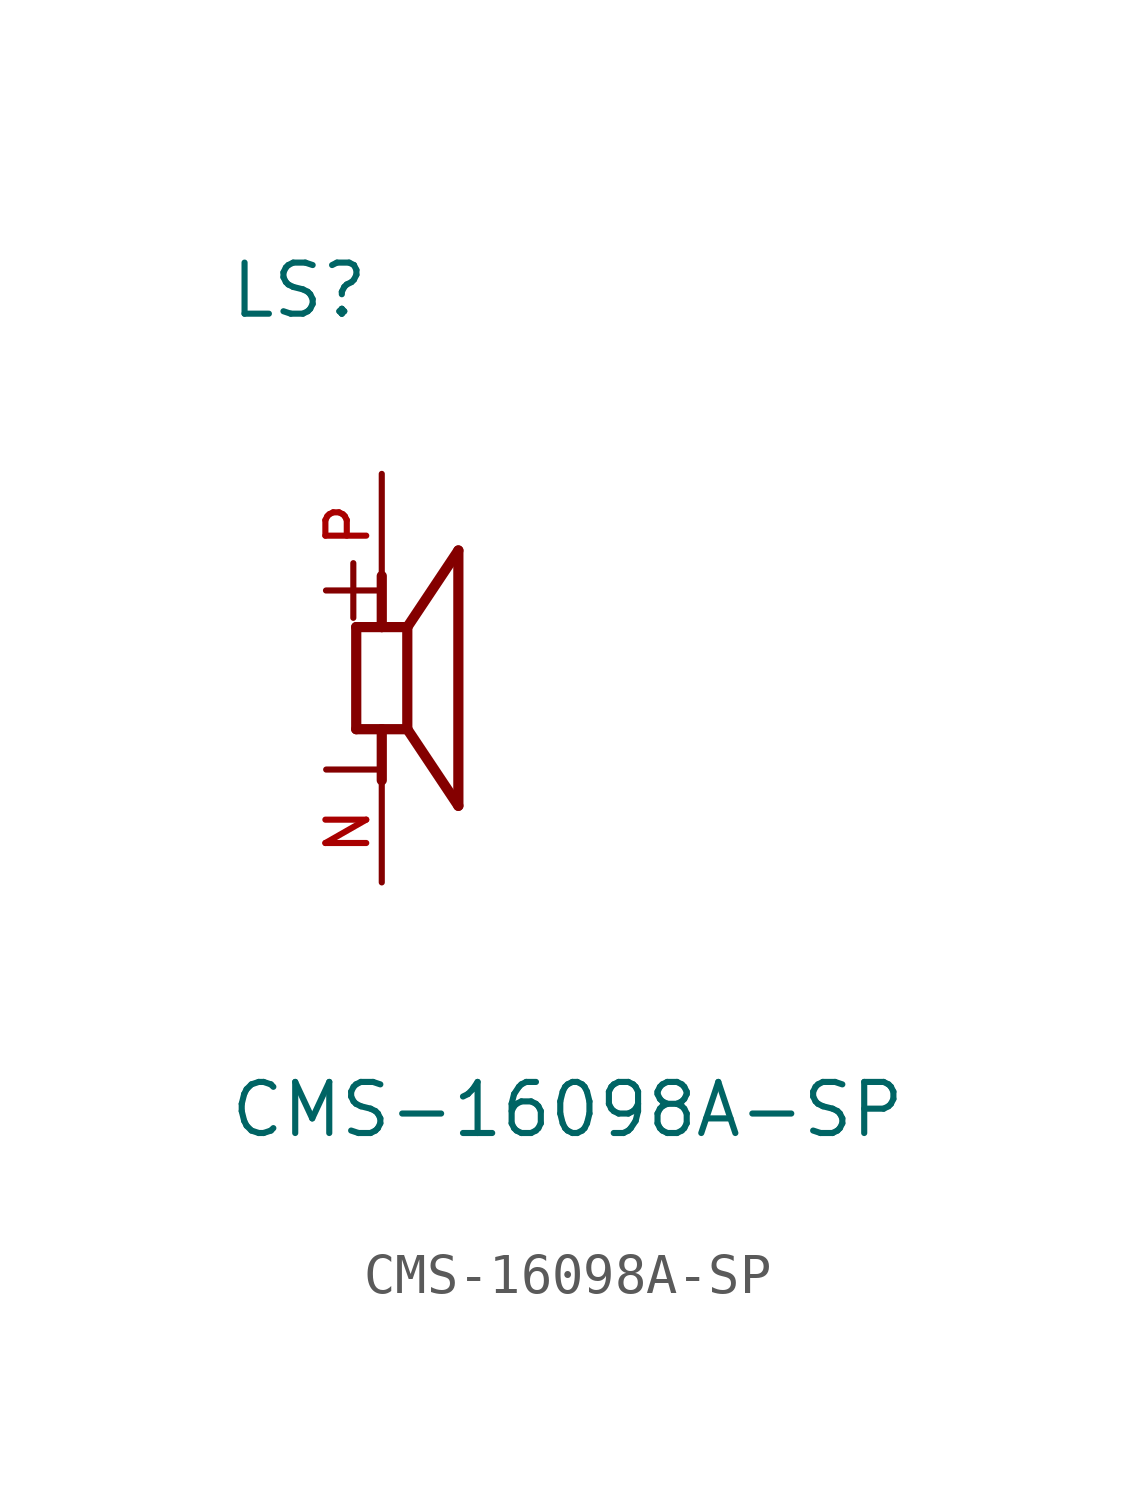
<source format=kicad_sym>
(kicad_symbol_lib
  (version 20211014)
  (generator kicad_symbol_editor)
  (symbol "CMS-16098A-SP"
    (pin_names
      (offset 1.016))
    (property "Reference" "LS"
      (at -3.815 8.901 0)
      (effects (font (size 1.27 1.27)) (justify bottom left)))
    (property "Value" "CMS-16098A-SP"
      (at -3.825 -11.476 0)
      (effects (font (size 1.27 1.27)) (justify bottom left)))
    (symbol "CMS-16098A-SP_0_0"
      (polyline (pts (xy -0.635 1.27) (xy 0.0 1.27)) (stroke (width 0.254)))
      (polyline (pts (xy 0.0 1.27) (xy 0.635 1.27)) (stroke (width 0.254)))
      (polyline (pts (xy 0.635 1.27) (xy 0.635 -1.27)) (stroke (width 0.254)))
      (polyline (pts (xy 0.635 -1.27) (xy 0.0 -1.27)) (stroke (width 0.254)))
      (polyline (pts (xy 0.0 -1.27) (xy -0.635 -1.27)) (stroke (width 0.254)))
      (polyline (pts (xy -0.635 -1.27) (xy -0.635 1.27)) (stroke (width 0.254)))
      (polyline (pts (xy 0.635 1.27) (xy 1.905 3.175)) (stroke (width 0.254)))
      (polyline (pts (xy 1.905 3.175) (xy 1.905 -3.175)) (stroke (width 0.254)))
      (polyline (pts (xy 1.905 -3.175) (xy 0.635 -1.27)) (stroke (width 0.254)))
      (polyline (pts (xy 0.0 1.27) (xy 0.0 2.54)) (stroke (width 0.254)))
      (polyline (pts (xy 0.0 -1.27) (xy 0.0 -2.54)) (stroke (width 0.254)))
      (text "+" (at -1.912 1.274 0) (effects (font (size 1.784 1.784)) (justify bottom left)))
      (text "-" (at -1.906 -3.177 0) (effects (font (size 1.779 1.779)) (justify bottom left)))
      (pin passive line (at 0.0 5.08 270.0) (length 2.54) (name "~" (effects (font (size 1.016 1.016)))) (number "P" (effects (font (size 1.016 1.016)))))
      (pin passive line (at 0.0 -5.08 90.0) (length 2.54) (name "~" (effects (font (size 1.016 1.016)))) (number "N" (effects (font (size 1.016 1.016))))))))
</source>
